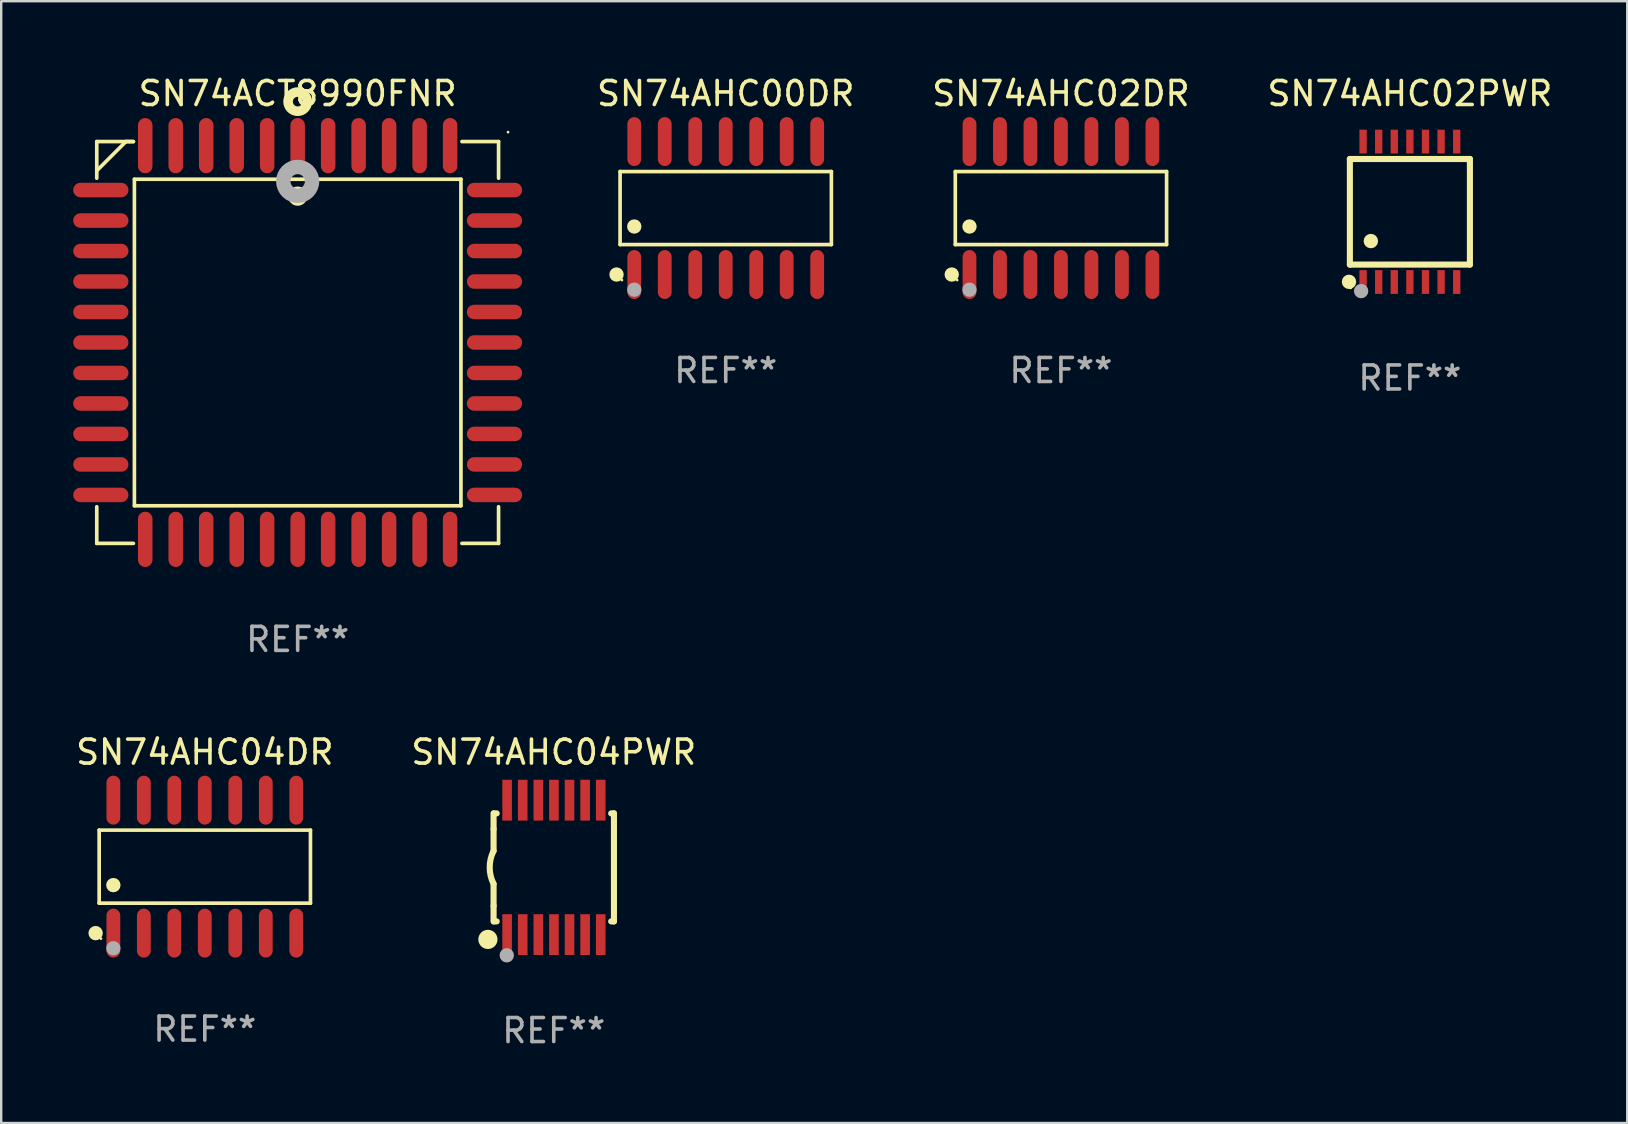
<source format=kicad_pcb>
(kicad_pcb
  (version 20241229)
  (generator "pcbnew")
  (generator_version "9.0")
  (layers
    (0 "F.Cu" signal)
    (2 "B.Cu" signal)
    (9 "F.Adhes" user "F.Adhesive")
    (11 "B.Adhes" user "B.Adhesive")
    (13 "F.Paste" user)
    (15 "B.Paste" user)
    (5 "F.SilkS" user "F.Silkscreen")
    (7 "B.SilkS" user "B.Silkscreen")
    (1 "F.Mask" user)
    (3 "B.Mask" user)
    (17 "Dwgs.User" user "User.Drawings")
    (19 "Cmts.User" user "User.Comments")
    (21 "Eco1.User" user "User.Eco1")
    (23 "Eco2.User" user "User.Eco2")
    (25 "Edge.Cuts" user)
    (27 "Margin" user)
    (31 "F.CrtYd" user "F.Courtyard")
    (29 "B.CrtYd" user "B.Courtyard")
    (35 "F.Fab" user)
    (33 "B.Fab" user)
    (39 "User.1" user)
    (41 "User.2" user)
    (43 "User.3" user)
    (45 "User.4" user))
  (footprint "SN74AHC02PWR"
    (layer "F.Cu")
    (at 55.682 5.773)
    (property "Reference" "SN74AHC02PWR" (at 0 -4.925 0) (layer "F.SilkS") (effects (font (size 1 1) (thickness 0.15))))
    (attr through_hole)
    (fp_line (start -2.5 2.2) (end -2.5 -2.2) (stroke (width 0.254) (type solid)) (layer "F.SilkS"))
    (fp_line (start -2.5 2.2) (end 2.5 2.2) (stroke (width 0.254) (type solid)) (layer "F.SilkS"))
    (fp_line (start 2.5 -2.2) (end -2.5 -2.2) (stroke (width 0.254) (type solid)) (layer "F.SilkS"))
    (fp_line (start 2.5 -2.2) (end 2.5 2.2) (stroke (width 0.254) (type solid)) (layer "F.SilkS"))
    (fp_circle (center -2.536 2.917) (end -2.386 2.917) (stroke (width 0.3) (type solid)) (fill no) (layer "F.SilkS"))
    (fp_circle (center -2.47 3.17) (end -2.44 3.17) (stroke (width 0.06) (type solid)) (fill no) (layer "F.SilkS"))
    (fp_circle (center -1.626 1.219) (end -1.475 1.219) (stroke (width 0.3) (type solid)) (fill no) (layer "F.SilkS"))
    (fp_circle (center -2.032 3.302) (end -1.882 3.302) (stroke (width 0.3) (type solid)) (fill no) (layer "F.Fab"))
    (fp_text user "REF**" (at 0 6.925 0) (layer "F.Fab") (effects (font (size 1 1) (thickness 0.15))))
    (pad "1" smd rect (at -1.95 2.925) (size 0.305 0.991) (layers "F.Cu" "F.Mask" "F.Paste"))
    (pad "2" smd rect (at -1.3 2.925) (size 0.305 0.991) (layers "F.Cu" "F.Mask" "F.Paste"))
    (pad "3" smd rect (at -0.65 2.925) (size 0.305 0.991) (layers "F.Cu" "F.Mask" "F.Paste"))
    (pad "4" smd rect (at 0 2.925) (size 0.305 0.991) (layers "F.Cu" "F.Mask" "F.Paste"))
    (pad "5" smd rect (at 0.65 2.925) (size 0.305 0.991) (layers "F.Cu" "F.Mask" "F.Paste"))
    (pad "6" smd rect (at 1.3 2.925) (size 0.305 0.991) (layers "F.Cu" "F.Mask" "F.Paste"))
    (pad "7" smd rect (at 1.95 2.925) (size 0.305 0.991) (layers "F.Cu" "F.Mask" "F.Paste"))
    (pad "8" smd rect (at 1.95 -2.925) (size 0.305 0.991) (layers "F.Cu" "F.Mask" "F.Paste"))
    (pad "9" smd rect (at 1.3 -2.925) (size 0.305 0.991) (layers "F.Cu" "F.Mask" "F.Paste"))
    (pad "10" smd rect (at 0.65 -2.925) (size 0.305 0.991) (layers "F.Cu" "F.Mask" "F.Paste"))
    (pad "11" smd rect (at 0 -2.925) (size 0.305 0.991) (layers "F.Cu" "F.Mask" "F.Paste"))
    (pad "12" smd rect (at -0.65 -2.925) (size 0.305 0.991) (layers "F.Cu" "F.Mask" "F.Paste"))
    (pad "13" smd rect (at -1.3 -2.925) (size 0.305 0.991) (layers "F.Cu" "F.Mask" "F.Paste"))
    (pad "14" smd rect (at -1.95 -2.925) (size 0.305 0.991) (layers "F.Cu" "F.Mask" "F.Paste")))
  (footprint "SN74AHC02DR"
    (layer "F.Cu")
    (at 41.146 5.617)
    (property "Reference" "SN74AHC02DR" (at 0 -4.769 0) (layer "F.SilkS") (effects (font (size 1 1) (thickness 0.15))))
    (attr through_hole)
    (fp_line (start -4.401 -1.521) (end 4.401 -1.521) (stroke (width 0.152) (type solid)) (layer "F.SilkS"))
    (fp_line (start -4.401 1.521) (end -4.401 -1.521) (stroke (width 0.152) (type solid)) (layer "F.SilkS"))
    (fp_line (start 4.401 -1.521) (end 4.401 1.521) (stroke (width 0.152) (type solid)) (layer "F.SilkS"))
    (fp_line (start 4.401 1.521) (end -4.401 1.521) (stroke (width 0.152) (type solid)) (layer "F.SilkS"))
    (fp_circle (center -4.549 2.769) (end -4.399 2.769) (stroke (width 0.3) (type solid)) (fill no) (layer "F.SilkS"))
    (fp_circle (center -4.325 3) (end -4.295 3) (stroke (width 0.06) (type solid)) (fill no) (layer "F.SilkS"))
    (fp_circle (center -3.81 0.769) (end -3.66 0.769) (stroke (width 0.3) (type solid)) (fill no) (layer "F.SilkS"))
    (fp_circle (center -3.81 3.4) (end -3.66 3.4) (stroke (width 0.3) (type solid)) (fill no) (layer "F.Fab"))
    (fp_text user "REF**" (at 0 6.769 0) (layer "F.Fab") (effects (font (size 1 1) (thickness 0.15))))
    (pad "1" smd oval (at -3.81 2.769) (size 0.574 2.038) (layers "F.Cu" "F.Mask" "F.Paste"))
    (pad "2" smd oval (at -2.54 2.769) (size 0.574 2.038) (layers "F.Cu" "F.Mask" "F.Paste"))
    (pad "3" smd oval (at -1.27 2.769) (size 0.574 2.038) (layers "F.Cu" "F.Mask" "F.Paste"))
    (pad "4" smd oval (at 0 2.769) (size 0.574 2.038) (layers "F.Cu" "F.Mask" "F.Paste"))
    (pad "5" smd oval (at 1.27 2.769) (size 0.574 2.038) (layers "F.Cu" "F.Mask" "F.Paste"))
    (pad "6" smd oval (at 2.54 2.769) (size 0.574 2.038) (layers "F.Cu" "F.Mask" "F.Paste"))
    (pad "7" smd oval (at 3.81 2.769) (size 0.574 2.038) (layers "F.Cu" "F.Mask" "F.Paste"))
    (pad "8" smd oval (at 3.81 -2.769) (size 0.574 2.038) (layers "F.Cu" "F.Mask" "F.Paste"))
    (pad "9" smd oval (at 2.54 -2.769) (size 0.574 2.038) (layers "F.Cu" "F.Mask" "F.Paste"))
    (pad "10" smd oval (at 1.27 -2.769) (size 0.574 2.038) (layers "F.Cu" "F.Mask" "F.Paste"))
    (pad "11" smd oval (at 0 -2.769) (size 0.574 2.038) (layers "F.Cu" "F.Mask" "F.Paste"))
    (pad "12" smd oval (at -1.27 -2.769) (size 0.574 2.038) (layers "F.Cu" "F.Mask" "F.Paste"))
    (pad "13" smd oval (at -2.54 -2.769) (size 0.574 2.038) (layers "F.Cu" "F.Mask" "F.Paste"))
    (pad "14" smd oval (at -3.81 -2.769) (size 0.574 2.038) (layers "F.Cu" "F.Mask" "F.Paste")))
  (footprint "SN74AHC04PWR"
    (layer "F.Cu")
    (at 20.018 33.083)
    (property "Reference" "SN74AHC04PWR" (at 0 -4.8 0) (layer "F.SilkS") (effects (font (size 1 1) (thickness 0.15))))
    (attr through_hole)
    (fp_line (start -2.507 -1.6) (end -2.507 -2.25) (stroke (width 0.254) (type solid)) (layer "F.SilkS"))
    (fp_line (start -2.507 -0.686) (end -2.507 -1.6) (stroke (width 0.254) (type solid)) (layer "F.SilkS"))
    (fp_line (start -2.507 1.6) (end -2.507 0.686) (stroke (width 0.254) (type solid)) (layer "F.SilkS"))
    (fp_line (start -2.507 1.6) (end -2.507 2.25) (stroke (width 0.254) (type solid)) (layer "F.SilkS"))
    (fp_line (start -2.493 -2.25) (end -2.377 -2.25) (stroke (width 0.254) (type solid)) (layer "F.SilkS"))
    (fp_line (start -2.377 2.25) (end -2.493 2.25) (stroke (width 0.254) (type solid)) (layer "F.SilkS"))
    (fp_line (start 2.392 -2.25) (end 2.507 -2.25) (stroke (width 0.254) (type solid)) (layer "F.SilkS"))
    (fp_line (start 2.507 -2.25) (end 2.507 2.25) (stroke (width 0.254) (type solid)) (layer "F.SilkS"))
    (fp_line (start 2.507 2.25) (end 2.392 2.25) (stroke (width 0.254) (type solid)) (layer "F.SilkS"))
    (fp_arc (start -2.507303 0.685802) (mid -2.669199 0) (end -2.507303 -0.685801) (stroke (width 0.254001) (type solid)) (layer "F.SilkS"))
    (fp_circle (center -2.743 3) (end -2.543 3) (stroke (width 0.4) (type solid)) (fill no) (layer "F.SilkS"))
    (fp_circle (center -2.493 3.2) (end -2.463 3.2) (stroke (width 0.06) (type solid)) (fill no) (layer "F.SilkS"))
    (fp_circle (center -1.957 3.662) (end -1.807 3.662) (stroke (width 0.3) (type solid)) (fill no) (layer "F.Fab"))
    (fp_text user "REF**" (at 0 6.8 0) (layer "F.Fab") (effects (font (size 1 1) (thickness 0.15))))
    (pad "1" smd rect (at -1.943 2.8) (size 0.4 1.7) (layers "F.Cu" "F.Mask" "F.Paste"))
    (pad "2" smd rect (at -1.293 2.8) (size 0.4 1.7) (layers "F.Cu" "F.Mask" "F.Paste"))
    (pad "3" smd rect (at -0.643 2.8) (size 0.4 1.7) (layers "F.Cu" "F.Mask" "F.Paste"))
    (pad "4" smd rect (at 0.007 2.8) (size 0.4 1.7) (layers "F.Cu" "F.Mask" "F.Paste"))
    (pad "5" smd rect (at 0.657 2.8) (size 0.4 1.7) (layers "F.Cu" "F.Mask" "F.Paste"))
    (pad "6" smd rect (at 1.307 2.8) (size 0.4 1.7) (layers "F.Cu" "F.Mask" "F.Paste"))
    (pad "7" smd rect (at 1.957 2.8) (size 0.4 1.7) (layers "F.Cu" "F.Mask" "F.Paste"))
    (pad "8" smd rect (at 1.957 -2.8) (size 0.4 1.7) (layers "F.Cu" "F.Mask" "F.Paste"))
    (pad "9" smd rect (at 1.307 -2.8) (size 0.4 1.7) (layers "F.Cu" "F.Mask" "F.Paste"))
    (pad "10" smd rect (at 0.657 -2.8) (size 0.4 1.7) (layers "F.Cu" "F.Mask" "F.Paste"))
    (pad "11" smd rect (at 0.007 -2.8) (size 0.4 1.7) (layers "F.Cu" "F.Mask" "F.Paste"))
    (pad "12" smd rect (at -0.643 -2.8) (size 0.4 1.7) (layers "F.Cu" "F.Mask" "F.Paste"))
    (pad "13" smd rect (at -1.293 -2.8) (size 0.4 1.7) (layers "F.Cu" "F.Mask" "F.Paste"))
    (pad "14" smd rect (at -1.943 -2.8) (size 0.4 1.7) (layers "F.Cu" "F.Mask" "F.Paste")))
  (footprint "SN74AHC04DR"
    (layer "F.Cu")
    (at 5.482 33.052)
    (property "Reference" "SN74AHC04DR" (at 0 -4.769 0) (layer "F.SilkS") (effects (font (size 1 1) (thickness 0.15))))
    (attr through_hole)
    (fp_line (start -4.401 -1.521) (end 4.401 -1.521) (stroke (width 0.152) (type solid)) (layer "F.SilkS"))
    (fp_line (start -4.401 1.521) (end -4.401 -1.521) (stroke (width 0.152) (type solid)) (layer "F.SilkS"))
    (fp_line (start 4.401 -1.521) (end 4.401 1.521) (stroke (width 0.152) (type solid)) (layer "F.SilkS"))
    (fp_line (start 4.401 1.521) (end -4.401 1.521) (stroke (width 0.152) (type solid)) (layer "F.SilkS"))
    (fp_circle (center -4.549 2.769) (end -4.399 2.769) (stroke (width 0.3) (type solid)) (fill no) (layer "F.SilkS"))
    (fp_circle (center -4.325 3) (end -4.295 3) (stroke (width 0.06) (type solid)) (fill no) (layer "F.SilkS"))
    (fp_circle (center -3.81 0.769) (end -3.66 0.769) (stroke (width 0.3) (type solid)) (fill no) (layer "F.SilkS"))
    (fp_circle (center -3.81 3.4) (end -3.66 3.4) (stroke (width 0.3) (type solid)) (fill no) (layer "F.Fab"))
    (fp_text user "REF**" (at 0 6.769 0) (layer "F.Fab") (effects (font (size 1 1) (thickness 0.15))))
    (pad "1" smd oval (at -3.81 2.769) (size 0.574 2.038) (layers "F.Cu" "F.Mask" "F.Paste"))
    (pad "2" smd oval (at -2.54 2.769) (size 0.574 2.038) (layers "F.Cu" "F.Mask" "F.Paste"))
    (pad "3" smd oval (at -1.27 2.769) (size 0.574 2.038) (layers "F.Cu" "F.Mask" "F.Paste"))
    (pad "4" smd oval (at 0 2.769) (size 0.574 2.038) (layers "F.Cu" "F.Mask" "F.Paste"))
    (pad "5" smd oval (at 1.27 2.769) (size 0.574 2.038) (layers "F.Cu" "F.Mask" "F.Paste"))
    (pad "6" smd oval (at 2.54 2.769) (size 0.574 2.038) (layers "F.Cu" "F.Mask" "F.Paste"))
    (pad "7" smd oval (at 3.81 2.769) (size 0.574 2.038) (layers "F.Cu" "F.Mask" "F.Paste"))
    (pad "8" smd oval (at 3.81 -2.769) (size 0.574 2.038) (layers "F.Cu" "F.Mask" "F.Paste"))
    (pad "9" smd oval (at 2.54 -2.769) (size 0.574 2.038) (layers "F.Cu" "F.Mask" "F.Paste"))
    (pad "10" smd oval (at 1.27 -2.769) (size 0.574 2.038) (layers "F.Cu" "F.Mask" "F.Paste"))
    (pad "11" smd oval (at 0 -2.769) (size 0.574 2.038) (layers "F.Cu" "F.Mask" "F.Paste"))
    (pad "12" smd oval (at -1.27 -2.769) (size 0.574 2.038) (layers "F.Cu" "F.Mask" "F.Paste"))
    (pad "13" smd oval (at -2.54 -2.769) (size 0.574 2.038) (layers "F.Cu" "F.Mask" "F.Paste"))
    (pad "14" smd oval (at -3.81 -2.769) (size 0.574 2.038) (layers "F.Cu" "F.Mask" "F.Paste")))
  (footprint "SN74AHC00DR"
    (layer "F.Cu")
    (at 27.182 5.617)
    (property "Reference" "SN74AHC00DR" (at 0 -4.769 0) (layer "F.SilkS") (effects (font (size 1 1) (thickness 0.15))))
    (attr through_hole)
    (fp_line (start -4.401 -1.521) (end 4.401 -1.521) (stroke (width 0.152) (type solid)) (layer "F.SilkS"))
    (fp_line (start -4.401 1.521) (end -4.401 -1.521) (stroke (width 0.152) (type solid)) (layer "F.SilkS"))
    (fp_line (start 4.401 -1.521) (end 4.401 1.521) (stroke (width 0.152) (type solid)) (layer "F.SilkS"))
    (fp_line (start 4.401 1.521) (end -4.401 1.521) (stroke (width 0.152) (type solid)) (layer "F.SilkS"))
    (fp_circle (center -4.549 2.769) (end -4.399 2.769) (stroke (width 0.3) (type solid)) (fill no) (layer "F.SilkS"))
    (fp_circle (center -4.325 3) (end -4.295 3) (stroke (width 0.06) (type solid)) (fill no) (layer "F.SilkS"))
    (fp_circle (center -3.81 0.769) (end -3.66 0.769) (stroke (width 0.3) (type solid)) (fill no) (layer "F.SilkS"))
    (fp_circle (center -3.81 3.4) (end -3.66 3.4) (stroke (width 0.3) (type solid)) (fill no) (layer "F.Fab"))
    (fp_text user "REF**" (at 0 6.769 0) (layer "F.Fab") (effects (font (size 1 1) (thickness 0.15))))
    (pad "1" smd oval (at -3.81 2.769) (size 0.574 2.038) (layers "F.Cu" "F.Mask" "F.Paste"))
    (pad "2" smd oval (at -2.54 2.769) (size 0.574 2.038) (layers "F.Cu" "F.Mask" "F.Paste"))
    (pad "3" smd oval (at -1.27 2.769) (size 0.574 2.038) (layers "F.Cu" "F.Mask" "F.Paste"))
    (pad "4" smd oval (at 0 2.769) (size 0.574 2.038) (layers "F.Cu" "F.Mask" "F.Paste"))
    (pad "5" smd oval (at 1.27 2.769) (size 0.574 2.038) (layers "F.Cu" "F.Mask" "F.Paste"))
    (pad "6" smd oval (at 2.54 2.769) (size 0.574 2.038) (layers "F.Cu" "F.Mask" "F.Paste"))
    (pad "7" smd oval (at 3.81 2.769) (size 0.574 2.038) (layers "F.Cu" "F.Mask" "F.Paste"))
    (pad "8" smd oval (at 3.81 -2.769) (size 0.574 2.038) (layers "F.Cu" "F.Mask" "F.Paste"))
    (pad "9" smd oval (at 2.54 -2.769) (size 0.574 2.038) (layers "F.Cu" "F.Mask" "F.Paste"))
    (pad "10" smd oval (at 1.27 -2.769) (size 0.574 2.038) (layers "F.Cu" "F.Mask" "F.Paste"))
    (pad "11" smd oval (at 0 -2.769) (size 0.574 2.038) (layers "F.Cu" "F.Mask" "F.Paste"))
    (pad "12" smd oval (at -1.27 -2.769) (size 0.574 2.038) (layers "F.Cu" "F.Mask" "F.Paste"))
    (pad "13" smd oval (at -2.54 -2.769) (size 0.574 2.038) (layers "F.Cu" "F.Mask" "F.Paste"))
    (pad "14" smd oval (at -3.81 -2.769) (size 0.574 2.038) (layers "F.Cu" "F.Mask" "F.Paste")))
  (footprint "SN74ACT8990FNR"
    (layer "F.Cu")
    (at 9.35 11.217)
    (property "Reference" "SN74ACT8990FNR" (at 0 -10.369 0) (layer "F.SilkS") (effects (font (size 1 1) (thickness 0.15))))
    (attr through_hole)
    (fp_line (start -8.369 -8.369) (end -8.369 -6.843) (stroke (width 0.152) (type solid)) (layer "F.SilkS"))
    (fp_line (start -8.369 8.369) (end -8.369 6.843) (stroke (width 0.152) (type solid)) (layer "F.SilkS"))
    (fp_line (start -7.156 -8.369) (end -8.369 -7.156) (stroke (width 0.152) (type solid)) (layer "F.SilkS"))
    (fp_line (start -6.843 -8.369) (end -8.369 -8.369) (stroke (width 0.152) (type solid)) (layer "F.SilkS"))
    (fp_line (start -6.843 -8.369) (end -7.156 -8.369) (stroke (width 0.152) (type solid)) (layer "F.SilkS"))
    (fp_line (start -6.843 8.369) (end -8.369 8.369) (stroke (width 0.152) (type solid)) (layer "F.SilkS"))
    (fp_line (start -6.801 -6.801) (end 6.801 -6.801) (stroke (width 0.152) (type solid)) (layer "F.SilkS"))
    (fp_line (start -6.801 6.801) (end -6.801 -6.801) (stroke (width 0.152) (type solid)) (layer "F.SilkS"))
    (fp_line (start 6.801 -6.801) (end 6.801 6.801) (stroke (width 0.152) (type solid)) (layer "F.SilkS"))
    (fp_line (start 6.801 6.801) (end -6.801 6.801) (stroke (width 0.152) (type solid)) (layer "F.SilkS"))
    (fp_line (start 6.843 -8.369) (end 8.369 -8.369) (stroke (width 0.152) (type solid)) (layer "F.SilkS"))
    (fp_line (start 6.843 8.369) (end 8.369 8.369) (stroke (width 0.152) (type solid)) (layer "F.SilkS"))
    (fp_line (start 8.369 -8.369) (end 8.369 -6.843) (stroke (width 0.152) (type solid)) (layer "F.SilkS"))
    (fp_line (start 8.369 8.369) (end 8.369 6.843) (stroke (width 0.152) (type solid)) (layer "F.SilkS"))
    (fp_circle (center -0.000013 -6.096) (end 0.2 -6.096) (stroke (width 0.4) (type solid)) (fill no) (layer "F.SilkS"))
    (fp_circle (center 0.000114 -10.033) (end 0.2 -10.033) (stroke (width 0.4) (type solid)) (fill no) (layer "F.SilkS"))
    (fp_circle (center 8.763 -8.763) (end 8.793 -8.763) (stroke (width 0.06) (type solid)) (fill no) (layer "F.SilkS"))
    (fp_circle (center 0.000114 -6.712) (end 0.3 -6.712) (stroke (width 0.6) (type solid)) (fill no) (layer "F.Fab"))
    (fp_text user "REF**" (at 0 12.369 0) (layer "F.Fab") (effects (font (size 1 1) (thickness 0.15))))
    (pad "1" smd oval (at 0.000114 -8.2) (size 0.604 2.3) (layers "F.Cu" "F.Mask" "F.Paste"))
    (pad "2" smd oval (at -1.27 -8.2) (size 0.604 2.3) (layers "F.Cu" "F.Mask" "F.Paste"))
    (pad "3" smd oval (at -2.54 -8.2) (size 0.604 2.3) (layers "F.Cu" "F.Mask" "F.Paste"))
    (pad "4" smd oval (at -3.81 -8.2) (size 0.604 2.3) (layers "F.Cu" "F.Mask" "F.Paste"))
    (pad "5" smd oval (at -5.08 -8.2) (size 0.604 2.3) (layers "F.Cu" "F.Mask" "F.Paste"))
    (pad "6" smd oval (at -6.35 -8.2) (size 0.604 2.3) (layers "F.Cu" "F.Mask" "F.Paste"))
    (pad "7" smd oval (at -8.2 -6.35) (size 2.3 0.604) (layers "F.Cu" "F.Mask" "F.Paste"))
    (pad "8" smd oval (at -8.2 -5.08) (size 2.3 0.604) (layers "F.Cu" "F.Mask" "F.Paste"))
    (pad "9" smd oval (at -8.2 -3.81) (size 2.3 0.604) (layers "F.Cu" "F.Mask" "F.Paste"))
    (pad "10" smd oval (at -8.2 -2.54) (size 2.3 0.604) (layers "F.Cu" "F.Mask" "F.Paste"))
    (pad "11" smd oval (at -8.2 -1.27) (size 2.3 0.604) (layers "F.Cu" "F.Mask" "F.Paste"))
    (pad "12" smd oval (at -8.2 0.000127) (size 2.3 0.604) (layers "F.Cu" "F.Mask" "F.Paste"))
    (pad "13" smd oval (at -8.2 1.27) (size 2.3 0.604) (layers "F.Cu" "F.Mask" "F.Paste"))
    (pad "14" smd oval (at -8.2 2.54) (size 2.3 0.604) (layers "F.Cu" "F.Mask" "F.Paste"))
    (pad "15" smd oval (at -8.2 3.81) (size 2.3 0.604) (layers "F.Cu" "F.Mask" "F.Paste"))
    (pad "16" smd oval (at -8.2 5.08) (size 2.3 0.604) (layers "F.Cu" "F.Mask" "F.Paste"))
    (pad "17" smd oval (at -8.2 6.35) (size 2.3 0.604) (layers "F.Cu" "F.Mask" "F.Paste"))
    (pad "18" smd oval (at -6.35 8.2) (size 0.604 2.3) (layers "F.Cu" "F.Mask" "F.Paste"))
    (pad "19" smd oval (at -5.08 8.2) (size 0.604 2.3) (layers "F.Cu" "F.Mask" "F.Paste"))
    (pad "20" smd oval (at -3.81 8.2) (size 0.604 2.3) (layers "F.Cu" "F.Mask" "F.Paste"))
    (pad "21" smd oval (at -2.54 8.2) (size 0.604 2.3) (layers "F.Cu" "F.Mask" "F.Paste"))
    (pad "22" smd oval (at -1.27 8.2) (size 0.604 2.3) (layers "F.Cu" "F.Mask" "F.Paste"))
    (pad "23" smd oval (at 0.000114 8.2) (size 0.604 2.3) (layers "F.Cu" "F.Mask" "F.Paste"))
    (pad "24" smd oval (at 1.27 8.2) (size 0.604 2.3) (layers "F.Cu" "F.Mask" "F.Paste"))
    (pad "25" smd oval (at 2.54 8.2) (size 0.604 2.3) (layers "F.Cu" "F.Mask" "F.Paste"))
    (pad "26" smd oval (at 3.81 8.2) (size 0.604 2.3) (layers "F.Cu" "F.Mask" "F.Paste"))
    (pad "27" smd oval (at 5.08 8.2) (size 0.604 2.3) (layers "F.Cu" "F.Mask" "F.Paste"))
    (pad "28" smd oval (at 6.35 8.2) (size 0.604 2.3) (layers "F.Cu" "F.Mask" "F.Paste"))
    (pad "29" smd oval (at 8.2 6.35) (size 2.3 0.604) (layers "F.Cu" "F.Mask" "F.Paste"))
    (pad "30" smd oval (at 8.2 5.08) (size 2.3 0.604) (layers "F.Cu" "F.Mask" "F.Paste"))
    (pad "31" smd oval (at 8.2 3.81) (size 2.3 0.604) (layers "F.Cu" "F.Mask" "F.Paste"))
    (pad "32" smd oval (at 8.2 2.54) (size 2.3 0.604) (layers "F.Cu" "F.Mask" "F.Paste"))
    (pad "33" smd oval (at 8.2 1.27) (size 2.3 0.604) (layers "F.Cu" "F.Mask" "F.Paste"))
    (pad "34" smd oval (at 8.2 0.000127) (size 2.3 0.604) (layers "F.Cu" "F.Mask" "F.Paste"))
    (pad "35" smd oval (at 8.2 -1.27) (size 2.3 0.604) (layers "F.Cu" "F.Mask" "F.Paste"))
    (pad "36" smd oval (at 8.2 -2.54) (size 2.3 0.604) (layers "F.Cu" "F.Mask" "F.Paste"))
    (pad "37" smd oval (at 8.2 -3.81) (size 2.3 0.604) (layers "F.Cu" "F.Mask" "F.Paste"))
    (pad "38" smd oval (at 8.2 -5.08) (size 2.3 0.604) (layers "F.Cu" "F.Mask" "F.Paste"))
    (pad "39" smd oval (at 8.2 -6.35) (size 2.3 0.604) (layers "F.Cu" "F.Mask" "F.Paste"))
    (pad "40" smd oval (at 6.35 -8.2) (size 0.604 2.3) (layers "F.Cu" "F.Mask" "F.Paste"))
    (pad "41" smd oval (at 5.08 -8.2) (size 0.604 2.3) (layers "F.Cu" "F.Mask" "F.Paste"))
    (pad "42" smd oval (at 3.81 -8.2) (size 0.604 2.3) (layers "F.Cu" "F.Mask" "F.Paste"))
    (pad "43" smd oval (at 2.54 -8.2) (size 0.604 2.3) (layers "F.Cu" "F.Mask" "F.Paste"))
    (pad "44" smd oval (at 1.27 -8.2) (size 0.604 2.3) (layers "F.Cu" "F.Mask" "F.Paste")))
  (gr_rect
    (start -3 -3)
    (end 64.736 43.732)
    (stroke (width 0.1) (type default))
    (fill no)
    (layer "Edge.Cuts")))
</source>
